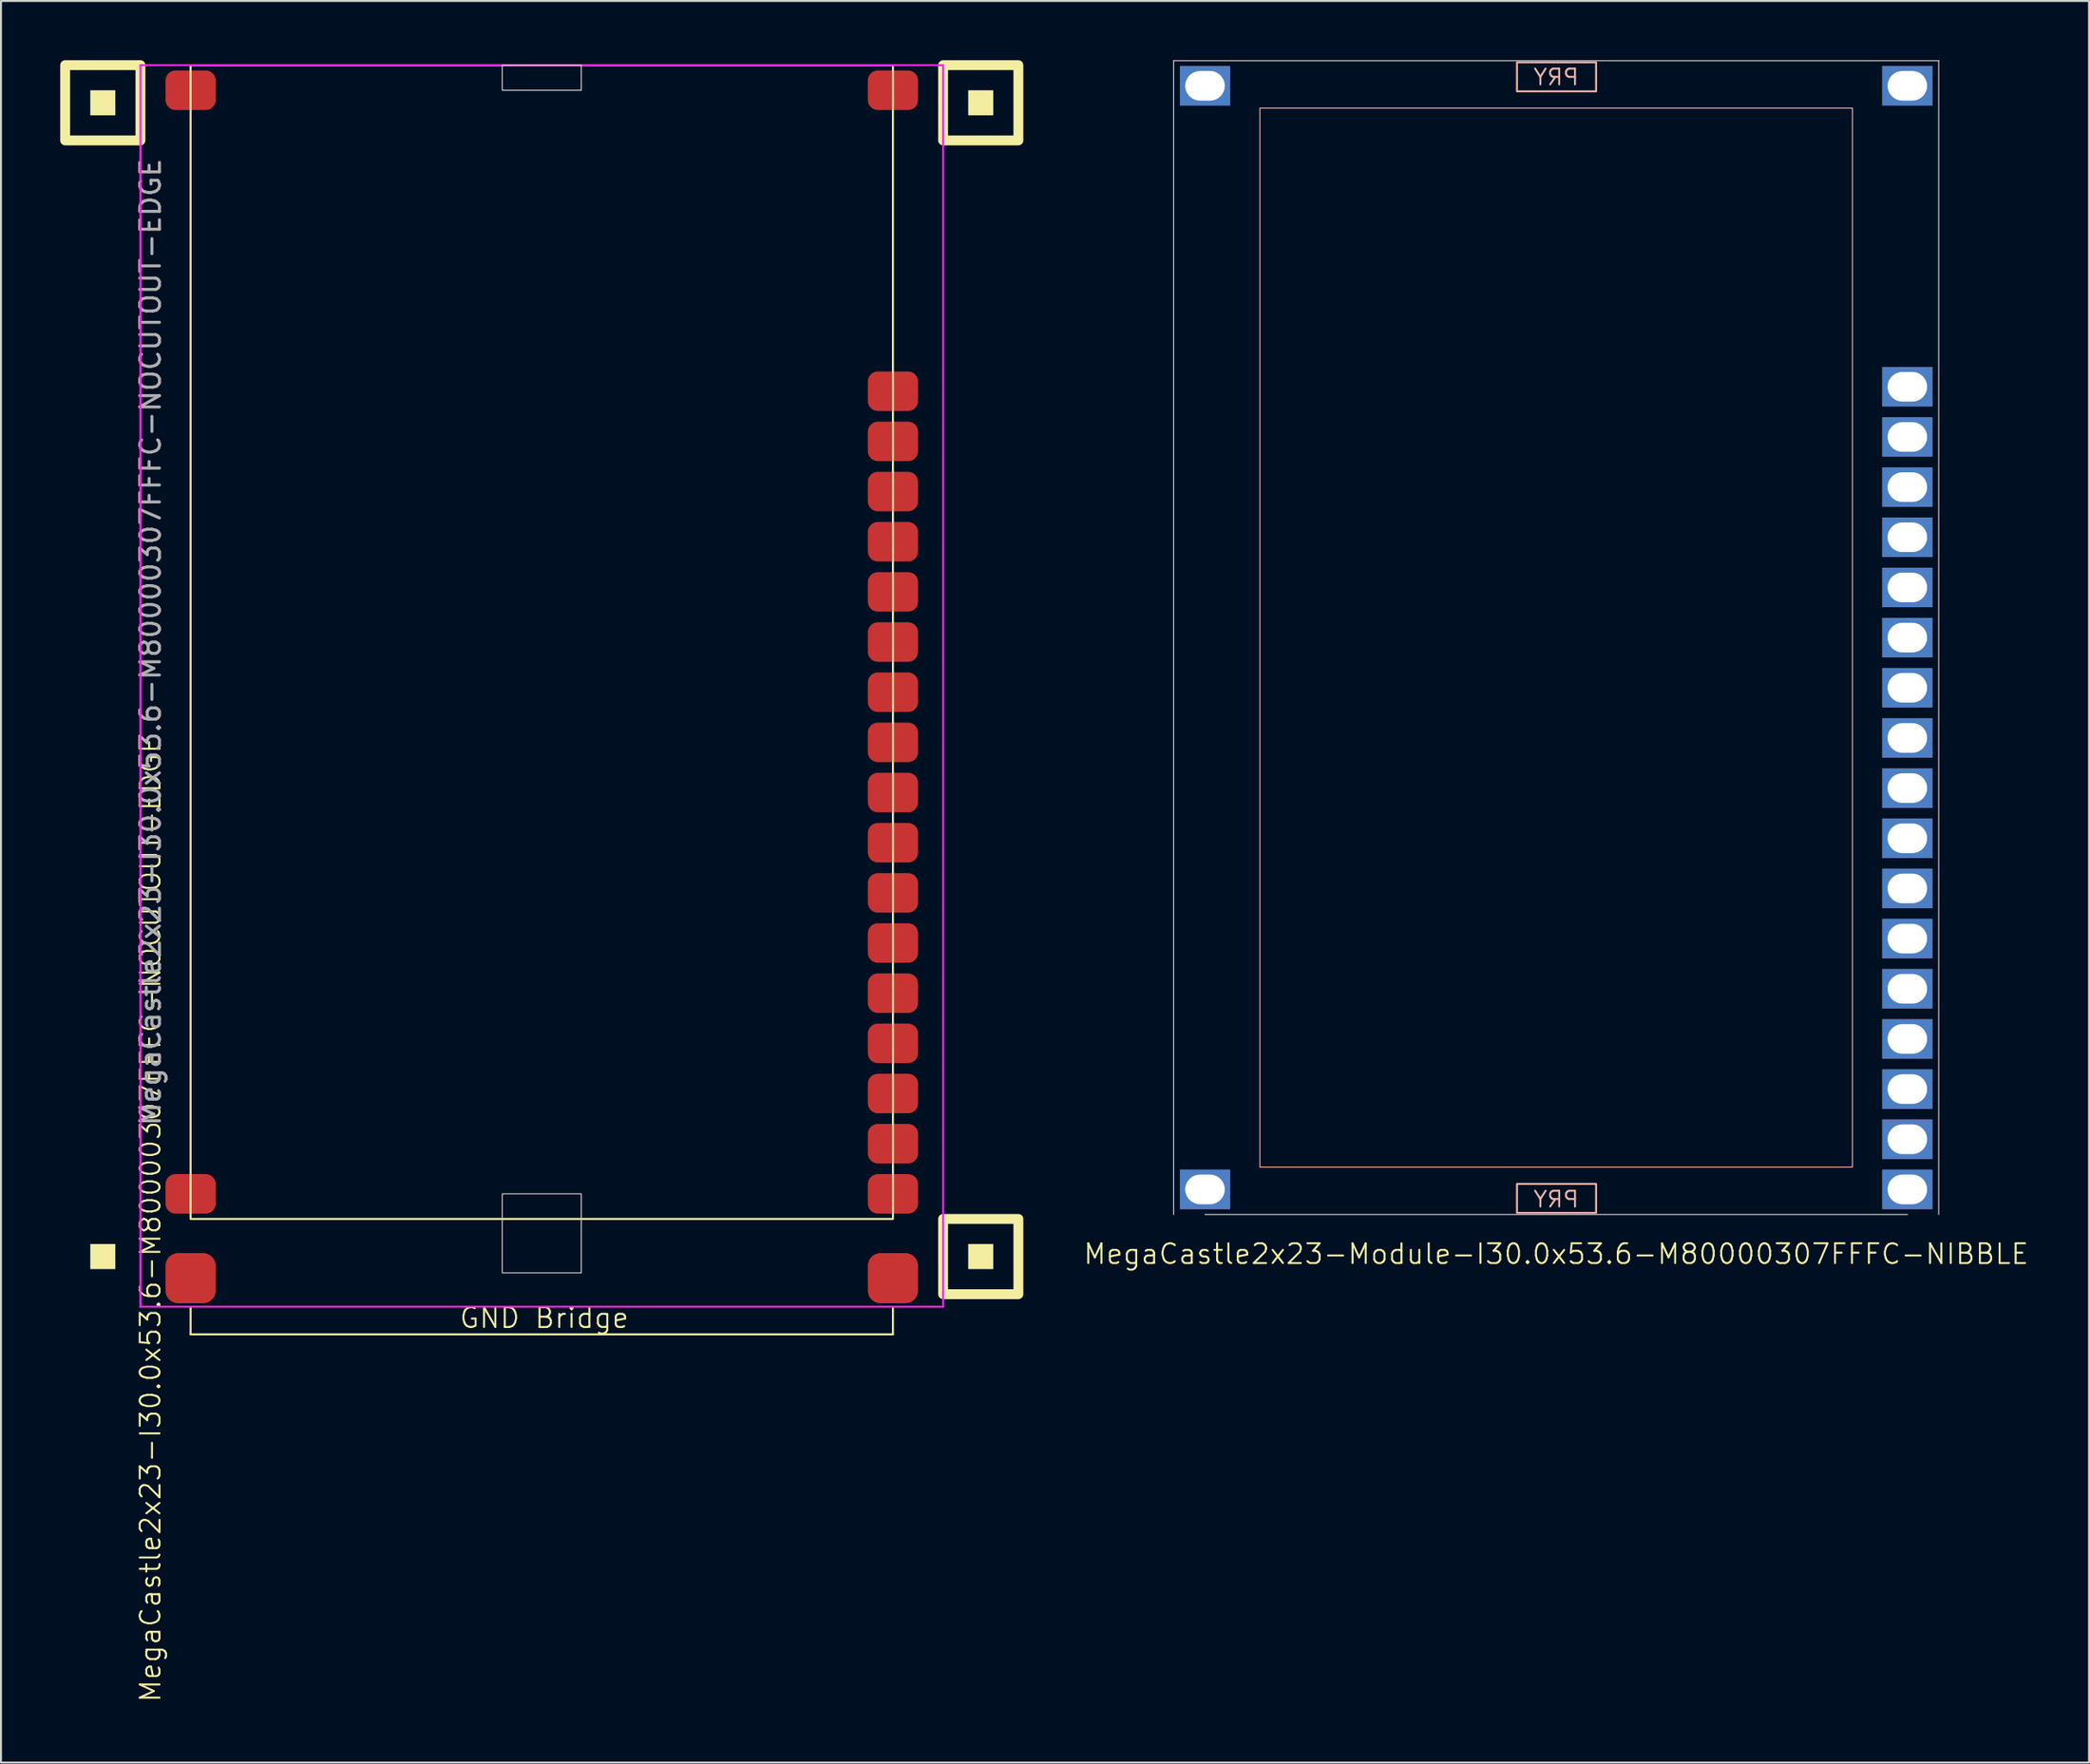
<source format=kicad_pcb>
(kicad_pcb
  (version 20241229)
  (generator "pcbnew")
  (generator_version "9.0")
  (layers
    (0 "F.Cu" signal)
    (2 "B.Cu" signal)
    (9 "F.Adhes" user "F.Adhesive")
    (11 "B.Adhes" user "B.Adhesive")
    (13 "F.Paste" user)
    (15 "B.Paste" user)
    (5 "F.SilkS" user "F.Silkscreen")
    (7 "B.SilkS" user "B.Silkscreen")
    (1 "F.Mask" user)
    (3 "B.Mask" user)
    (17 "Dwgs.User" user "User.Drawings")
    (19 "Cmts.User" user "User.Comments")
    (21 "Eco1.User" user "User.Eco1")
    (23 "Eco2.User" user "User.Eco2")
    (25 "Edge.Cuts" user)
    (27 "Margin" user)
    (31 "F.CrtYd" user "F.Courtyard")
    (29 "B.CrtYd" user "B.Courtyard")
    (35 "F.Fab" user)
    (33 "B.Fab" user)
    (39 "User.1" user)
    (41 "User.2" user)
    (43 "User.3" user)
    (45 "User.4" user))
  (footprint "MegaCastle2x23-Module-I30.0x53.6-M80000307FFFC-NIBBLE"
    (layer "F.Cu")
    (at 75.739 29.235)
    (property "Reference" "MegaCastle2x23-Module-I30.0x53.6-M80000307FFFC-NIBBLE" (at 0 31.21 0) (unlocked yes) (layer "F.SilkS") (effects (font (size 1 1) (thickness 0.1))))
    (attr smd)
    (fp_rect (start -15 26.81) (end 15 -26.81) (stroke (width 0.05) (type default)) (fill no) (layer "B.SilkS"))
    (fp_rect (start -1.984 -27.661) (end 2.02 -29.13) (stroke (width 0.1) (type default)) (fill no) (layer "B.SilkS"))
    (fp_rect (start -1.984 27.661) (end 2.02 29.13) (stroke (width 0.1) (type default)) (fill no) (layer "B.SilkS"))
    (fp_line (start -19.367 -29.21) (end -19.367 29.21) (stroke (width 0.05) (type default)) (layer "Edge.Cuts"))
    (fp_line (start -19.367 -29.21) (end 19.367 -29.21) (stroke (width 0.05) (type default)) (layer "Edge.Cuts"))
    (fp_line (start -17.78 29.21) (end 17.78 29.21) (stroke (width 0.05) (type default)) (layer "Edge.Cuts"))
    (fp_line (start 19.367 -29.21) (end 19.367 29.21) (stroke (width 0.05) (type default)) (layer "Edge.Cuts"))
    (fp_text user "PRY" (at 0 -27.91 0) (unlocked yes) (layer "B.SilkS") (effects (font (size 0.8 0.8) (thickness 0.1)) (justify bottom mirror)))
    (fp_text user "PRY" (at 0 28.91 0) (unlocked yes) (layer "B.SilkS") (effects (font (size 0.8 0.8) (thickness 0.1)) (justify bottom mirror)))
    (pad "1" thru_hole rect (at -17.78 -27.94) (size 2.54 2) (drill oval 2 1.5) (property pad_prop_castellated) (layers "*.Cu" "*.Mask"))
    (pad "23" thru_hole rect (at -17.78 27.94) (size 2.54 2) (drill oval 2 1.5) (property pad_prop_castellated) (layers "*.Cu" "*.Mask"))
    (pad "24" thru_hole rect (at 17.78 -27.94) (size 2.54 2) (drill oval 2 1.5) (property pad_prop_castellated) (layers "*.Cu" "*.Mask"))
    (pad "30" thru_hole rect (at 17.78 -12.7) (size 2.54 2) (drill oval 2 1.5) (property pad_prop_castellated) (layers "*.Cu" "*.Mask"))
    (pad "31" thru_hole rect (at 17.78 -10.16) (size 2.54 2) (drill oval 2 1.5) (property pad_prop_castellated) (layers "*.Cu" "*.Mask"))
    (pad "32" thru_hole rect (at 17.78 -7.62) (size 2.54 2) (drill oval 2 1.5) (property pad_prop_castellated) (layers "*.Cu" "*.Mask"))
    (pad "33" thru_hole rect (at 17.78 -5.08) (size 2.54 2) (drill oval 2 1.5) (property pad_prop_castellated) (layers "*.Cu" "*.Mask"))
    (pad "34" thru_hole rect (at 17.78 -2.54) (size 2.54 2) (drill oval 2 1.5) (property pad_prop_castellated) (layers "*.Cu" "*.Mask"))
    (pad "35" thru_hole rect (at 17.78 0) (size 2.54 2) (drill oval 2 1.5) (property pad_prop_castellated) (layers "*.Cu" "*.Mask"))
    (pad "36" thru_hole rect (at 17.78 2.54) (size 2.54 2) (drill oval 2 1.5) (property pad_prop_castellated) (layers "*.Cu" "*.Mask"))
    (pad "37" thru_hole rect (at 17.78 5.08) (size 2.54 2) (drill oval 2 1.5) (property pad_prop_castellated) (layers "*.Cu" "*.Mask"))
    (pad "38" thru_hole rect (at 17.78 7.62) (size 2.54 2) (drill oval 2 1.5) (property pad_prop_castellated) (layers "*.Cu" "*.Mask"))
    (pad "39" thru_hole rect (at 17.78 10.16) (size 2.54 2) (drill oval 2 1.5) (property pad_prop_castellated) (layers "*.Cu" "*.Mask"))
    (pad "40" thru_hole rect (at 17.78 12.7) (size 2.54 2) (drill oval 2 1.5) (property pad_prop_castellated) (layers "*.Cu" "*.Mask"))
    (pad "41" thru_hole rect (at 17.78 15.24) (size 2.54 2) (drill oval 2 1.5) (property pad_prop_castellated) (layers "*.Cu" "*.Mask"))
    (pad "42" thru_hole rect (at 17.78 17.78) (size 2.54 2) (drill oval 2 1.5) (property pad_prop_castellated) (layers "*.Cu" "*.Mask"))
    (pad "43" thru_hole rect (at 17.78 20.32) (size 2.54 2) (drill oval 2 1.5) (property pad_prop_castellated) (layers "*.Cu" "*.Mask"))
    (pad "44" thru_hole rect (at 17.78 22.86) (size 2.54 2) (drill oval 2 1.5) (property pad_prop_castellated) (layers "*.Cu" "*.Mask"))
    (pad "45" thru_hole rect (at 17.78 25.4) (size 2.54 2) (drill oval 2 1.5) (property pad_prop_castellated) (layers "*.Cu" "*.Mask"))
    (pad "46" thru_hole rect (at 17.78 27.94) (size 2.54 2) (drill oval 2 1.5) (property pad_prop_castellated) (layers "*.Cu" "*.Mask"))
    (zone (net_name "") (layer "B.Cu") (hatch edge 0.5) (connect_pads) (min_thickness 0.25) (filled_areas_thickness no) (keepout (tracks allowed) (vias allowed) (pads allowed) (copperpour allowed) (footprints not_allowed)) (placement (enabled no)) (fill) (polygon (pts (xy 57.959 58.445) (xy 57.959 0.025) (xy 60.739 0.025) (xy 60.739 58.445))))
    (zone (net_name "") (layer "B.Cu") (hatch edge 0.5) (connect_pads) (min_thickness 0.25) (filled_areas_thickness no) (keepout (tracks allowed) (vias allowed) (pads allowed) (copperpour allowed) (footprints not_allowed)) (placement (enabled no)) (fill) (polygon (pts (xy 60.739 0.025) (xy 60.739 2.425) (xy 90.739 2.425) (xy 90.739 0.025))))
    (zone (net_name "") (layer "B.Cu") (hatch edge 0.5) (connect_pads) (min_thickness 0.25) (filled_areas_thickness no) (keepout (tracks allowed) (vias allowed) (pads allowed) (copperpour allowed) (footprints not_allowed)) (placement (enabled no)) (fill) (polygon (pts (xy 60.739 58.445) (xy 60.739 56.045) (xy 90.739 56.045) (xy 90.739 58.445))))
    (zone (net_name "") (layer "B.Cu") (name "Upper Pry Zone") (hatch edge 0.5) (connect_pads) (min_thickness 0.25) (filled_areas_thickness no) (keepout (tracks not_allowed) (vias not_allowed) (pads not_allowed) (copperpour allowed) (footprints not_allowed)) (placement (enabled no)) (fill) (polygon (pts (xy 73.754 1.574) (xy 73.754 0.105) (xy 77.758 0.105) (xy 77.758 1.574))))
    (zone (net_name "") (layer "B.Cu") (name "Upper Pry Zone") (hatch edge 0.5) (connect_pads) (min_thickness 0.25) (filled_areas_thickness no) (keepout (tracks not_allowed) (vias not_allowed) (pads not_allowed) (copperpour allowed) (footprints not_allowed)) (placement (enabled no)) (fill) (polygon (pts (xy 73.754 56.896) (xy 73.754 58.365) (xy 77.758 58.365) (xy 77.758 56.896))))
    (zone (net_name "") (layer "B.Cu") (hatch edge 0.5) (connect_pads) (min_thickness 0.25) (filled_areas_thickness no) (keepout (tracks allowed) (vias allowed) (pads allowed) (copperpour allowed) (footprints not_allowed)) (placement (enabled no)) (fill) (polygon (pts (xy 93.519 58.445) (xy 93.519 0.025) (xy 90.739 0.025) (xy 90.739 58.445)))))
  (footprint "MegaCastle2x23-I30.0x53.6-M80000307FFFC-NOCUTOUT-EDGE"
    (layer "F.Cu")
    (at 24.38 29.46)
    (property "Reference" "MegaCastle2x23-I30.0x53.6-M80000307FFFC-NOCUTOUT-EDGE" (at -19.812 29.21 90) (unlocked yes) (layer "F.SilkS") (effects (font (size 1 1) (thickness 0.1))))
    (attr smd)
    (fp_line (start -17.78 33.655) (end -17.78 35.055) (stroke (width 0.1) (type default)) (layer "F.SilkS"))
    (fp_line (start -17.78 35.055) (end 17.78 35.055) (stroke (width 0.1) (type default)) (layer "F.SilkS"))
    (fp_line (start 17.78 33.655) (end 17.78 35.055) (stroke (width 0.1) (type default)) (layer "F.SilkS"))
    (fp_rect (start -21.59 -26.67) (end -22.86 -27.94) (stroke (width 0) (type solid)) (fill yes) (layer "F.SilkS"))
    (fp_rect (start -21.59 31.75) (end -22.86 30.48) (stroke (width 0) (type solid)) (fill yes) (layer "F.SilkS"))
    (fp_rect (start -20.32 -25.4) (end -24.13 -29.21) (stroke (width 0.5) (type default)) (fill no) (layer "F.SilkS"))
    (fp_rect (start -17.78 -29.21) (end 17.78 29.21) (stroke (width 0.1) (type default)) (fill no) (layer "F.SilkS"))
    (fp_rect (start 22.86 -26.67) (end 21.59 -27.94) (stroke (width 0) (type solid)) (fill yes) (layer "F.SilkS"))
    (fp_rect (start 22.86 31.75) (end 21.59 30.48) (stroke (width 0) (type solid)) (fill yes) (layer "F.SilkS"))
    (fp_rect (start 24.13 -25.4) (end 20.32 -29.21) (stroke (width 0.5) (type default)) (fill no) (layer "F.SilkS"))
    (fp_rect (start 24.13 33.02) (end 20.32 29.21) (stroke (width 0.5) (type default)) (fill no) (layer "F.SilkS"))
    (fp_rect (start -2 -27.94) (end 2 -29.21) (stroke (width 0.05) (type default)) (fill no) (layer "Edge.Cuts"))
    (fp_rect (start -2 27.94) (end 2 31.94) (stroke (width 0.05) (type default)) (fill no) (layer "Edge.Cuts"))
    (fp_line (start -20.32 -29.21) (end -20.32 33.655) (stroke (width 0.1) (type default)) (layer "F.CrtYd"))
    (fp_line (start -20.32 33.655) (end 20.32 33.655) (stroke (width 0.1) (type default)) (layer "F.CrtYd"))
    (fp_line (start 20.32 -29.21) (end -20.32 -29.21) (stroke (width 0.1) (type default)) (layer "F.CrtYd"))
    (fp_line (start 20.32 -29.21) (end 20.32 33.655) (stroke (width 0.1) (type default)) (layer "F.CrtYd"))
    (fp_text user "GND Bridge" (at -4.226 34.81 0) (unlocked yes) (layer "F.SilkS") (effects (font (size 1 1) (thickness 0.1)) (justify left bottom)))
    (fp_text user "${REFERENCE}" (at -19.812 0 90) (unlocked yes) (layer "F.Fab") (effects (font (size 1 1) (thickness 0.15))))
    (pad "1" smd roundrect (at -17.78 -27.94) (size 2.54 2) (layers "F.Cu" "F.Mask" "F.Paste") (roundrect_rratio 0.25))
    (pad "23" smd roundrect (at -17.78 27.94) (size 2.54 2) (layers "F.Cu" "F.Mask" "F.Paste") (roundrect_rratio 0.25))
    (pad "24" smd roundrect (at 17.78 -27.94) (size 2.54 2) (layers "F.Cu" "F.Mask" "F.Paste") (roundrect_rratio 0.25))
    (pad "30" smd roundrect (at 17.78 -12.7) (size 2.54 2) (layers "F.Cu" "F.Mask" "F.Paste") (roundrect_rratio 0.25))
    (pad "31" smd roundrect (at 17.78 -10.16) (size 2.54 2) (layers "F.Cu" "F.Mask" "F.Paste") (roundrect_rratio 0.25))
    (pad "32" smd roundrect (at 17.78 -7.62) (size 2.54 2) (layers "F.Cu" "F.Mask" "F.Paste") (roundrect_rratio 0.25))
    (pad "33" smd roundrect (at 17.78 -5.08) (size 2.54 2) (layers "F.Cu" "F.Mask" "F.Paste") (roundrect_rratio 0.25))
    (pad "34" smd roundrect (at 17.78 -2.54) (size 2.54 2) (layers "F.Cu" "F.Mask" "F.Paste") (roundrect_rratio 0.25))
    (pad "35" smd roundrect (at 17.78 0) (size 2.54 2) (layers "F.Cu" "F.Mask" "F.Paste") (roundrect_rratio 0.25))
    (pad "36" smd roundrect (at 17.78 2.54) (size 2.54 2) (layers "F.Cu" "F.Mask" "F.Paste") (roundrect_rratio 0.25))
    (pad "37" smd roundrect (at 17.78 5.08) (size 2.54 2) (layers "F.Cu" "F.Mask" "F.Paste") (roundrect_rratio 0.25))
    (pad "38" smd roundrect (at 17.78 7.62) (size 2.54 2) (layers "F.Cu" "F.Mask" "F.Paste") (roundrect_rratio 0.25))
    (pad "39" smd roundrect (at 17.78 10.16) (size 2.54 2) (layers "F.Cu" "F.Mask" "F.Paste") (roundrect_rratio 0.25))
    (pad "40" smd roundrect (at 17.78 12.7) (size 2.54 2) (layers "F.Cu" "F.Mask" "F.Paste") (roundrect_rratio 0.25))
    (pad "41" smd roundrect (at 17.78 15.24) (size 2.54 2) (layers "F.Cu" "F.Mask" "F.Paste") (roundrect_rratio 0.25))
    (pad "42" smd roundrect (at 17.78 17.78) (size 2.54 2) (layers "F.Cu" "F.Mask" "F.Paste") (roundrect_rratio 0.25))
    (pad "43" smd roundrect (at 17.78 20.32) (size 2.54 2) (layers "F.Cu" "F.Mask" "F.Paste") (roundrect_rratio 0.25))
    (pad "44" smd roundrect (at 17.78 22.86) (size 2.54 2) (layers "F.Cu" "F.Mask" "F.Paste") (roundrect_rratio 0.25))
    (pad "45" smd roundrect (at 17.78 25.4) (size 2.54 2) (layers "F.Cu" "F.Mask" "F.Paste") (roundrect_rratio 0.25))
    (pad "46" smd roundrect (at 17.78 27.94) (size 2.54 2) (layers "F.Cu" "F.Mask" "F.Paste") (roundrect_rratio 0.25))
    (pad "B1" smd roundrect (at -17.78 32.21) (size 2.54 2.54) (layers "F.Cu" "F.Mask" "F.Paste") (roundrect_rratio 0.25))
    (pad "B2" smd roundrect (at 17.78 32.21) (size 2.54 2.54) (layers "F.Cu" "F.Mask" "F.Paste") (roundrect_rratio 0.25)))
  (gr_rect
    (start -3 -3)
    (end 102.717 86.196)
    (stroke (width 0.1) (type default))
    (fill no)
    (layer "Edge.Cuts")))
</source>
